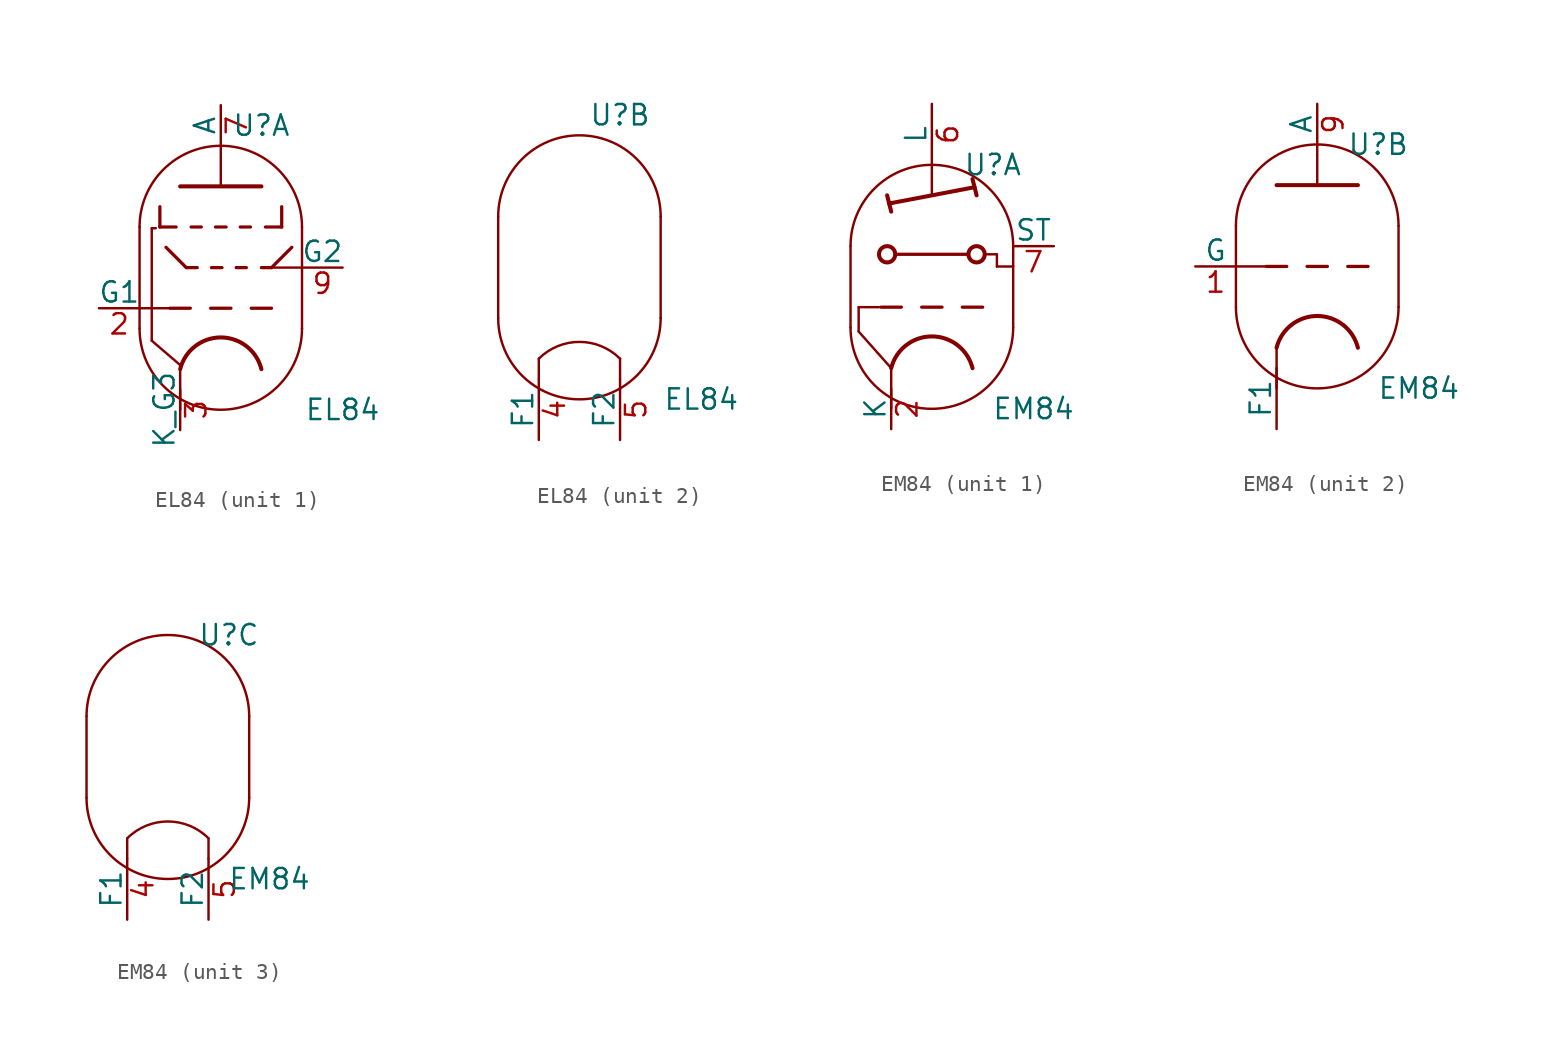
<source format=kicad_sym>
(kicad_symbol_lib
  (version 20220914)
  (generator kicad_symbol_editor)
  (symbol "EL84"
    (pin_names
      (offset 0))
    (property "Reference" "U"
      (at 2.54 10.16 0)
      (effects (font (size 1.27 1.27))))
    (property "Value" "EL84"
      (at 7.62 -7.62 0)
      (effects (font (size 1.27 1.27))))
    (property "ki_locked" ""
      (at 0 0 0)
      (effects (font (size 1.27 1.27))))
    (symbol "EL84_0_1"
      (arc (start -5.08 -2.54) (mid 0 -7.5979) (end 5.08 -2.54) (stroke (width 0) (type default)) (fill (type none)))
      (polyline (pts (xy -5.08 3.81) (xy -5.08 -2.54) (xy -5.08 -2.54)) (stroke (width 0) (type default)) (fill (type none)))
      (polyline (pts (xy 5.08 -2.54) (xy 5.08 3.81) (xy 5.08 3.81)) (stroke (width 0) (type default)) (fill (type none)))
      (arc (start 5.08 3.81) (mid 0 8.8679) (end -5.08 3.81) (stroke (width 0) (type default)) (fill (type none))))
    (symbol "EL84_1_0"
      (polyline (pts (xy -2.54 -5.08) (xy -2.54 -7.62)) (stroke (width 0) (type default)) (fill (type none))))
    (symbol "EL84_1_1"
      (polyline (pts (xy -5.08 -1.27) (xy -3.175 -1.27)) (stroke (width 0) (type default)) (fill (type none)))
      (polyline (pts (xy -4.318 -3.302) (xy -4.318 3.734)) (stroke (width 0) (type default)) (fill (type none)))
      (polyline (pts (xy -4.318 -3.302) (xy -2.54 -4.826)) (stroke (width 0) (type default)) (fill (type none)))
      (polyline (pts (xy -4.064 3.734) (xy -4.318 3.734)) (stroke (width 0) (type default)) (fill (type none)))
      (polyline (pts (xy -3.81 3.81) (xy -2.794 3.81)) (stroke (width 0.203) (type default)) (fill (type none)))
      (polyline (pts (xy -3.81 5.08) (xy -3.81 3.81)) (stroke (width 0.203) (type default)) (fill (type none)))
      (polyline (pts (xy -3.429 2.54) (xy -2.159 1.27)) (stroke (width 0.203) (type default)) (fill (type none)))
      (polyline (pts (xy -2.159 1.27) (xy -1.473 1.27)) (stroke (width 0.203) (type default)) (fill (type none)))
      (polyline (pts (xy -1.905 -1.27) (xy -3.175 -1.27)) (stroke (width 0.203) (type default)) (fill (type none)))
      (polyline (pts (xy -1.854 3.81) (xy -1.219 3.81)) (stroke (width 0.203) (type default)) (fill (type none)))
      (polyline (pts (xy -0.635 -1.27) (xy 0.635 -1.27)) (stroke (width 0.203) (type default)) (fill (type none)))
      (polyline (pts (xy -0.584 1.27) (xy 0.076 1.27)) (stroke (width 0.203) (type default)) (fill (type none)))
      (polyline (pts (xy -0.33 3.81) (xy 0.33 3.81)) (stroke (width 0.203) (type default)) (fill (type none)))
      (polyline (pts (xy 0 6.35) (xy 0 8.89)) (stroke (width 0) (type default)) (fill (type none)))
      (polyline (pts (xy 0.965 1.27) (xy 1.6 1.27)) (stroke (width 0.203) (type default)) (fill (type none)))
      (polyline (pts (xy 1.219 3.81) (xy 1.854 3.81)) (stroke (width 0.203) (type default)) (fill (type none)))
      (polyline (pts (xy 1.905 -1.27) (xy 3.175 -1.27)) (stroke (width 0.203) (type default)) (fill (type none)))
      (polyline (pts (xy 2.54 1.27) (xy 3.175 1.27)) (stroke (width 0.203) (type default)) (fill (type none)))
      (polyline (pts (xy 3.175 1.27) (xy 5.08 1.27)) (stroke (width 0) (type default)) (fill (type none)))
      (polyline (pts (xy 3.81 3.81) (xy 2.794 3.81)) (stroke (width 0.203) (type default)) (fill (type none)))
      (polyline (pts (xy 3.81 5.08) (xy 3.81 3.81)) (stroke (width 0.203) (type default)) (fill (type none)))
      (polyline (pts (xy 4.445 2.54) (xy 3.175 1.27)) (stroke (width 0.203) (type default)) (fill (type none)))
      (polyline (pts (xy -2.54 6.35) (xy 2.54 6.35) (xy 2.54 6.35)) (stroke (width 0.254) (type default)) (fill (type none)))
      (arc (start 2.54 -5.08) (mid 0 -3.0968) (end -2.54 -5.08) (stroke (width 0.254) (type default)) (fill (type none)))
      (pin input line (at -7.62 -1.27 0) (length 2.54) (name "G1" (effects (font (size 1.27 1.27)))) (number "2" (effects (font (size 1.27 1.27)))))
      (pin bidirectional line (at -2.54 -8.89 90) (length 2.54) (name "K_G3" (effects (font (size 1.27 1.27)))) (number "3" (effects (font (size 1.27 1.27)))))
      (pin output line (at 0 11.43 270) (length 2.54) (name "A" (effects (font (size 1.27 1.27)))) (number "7" (effects (font (size 1.27 1.27)))))
      (pin input line (at 7.62 1.27 180) (length 2.54) (name "G2" (effects (font (size 1.27 1.27)))) (number "9" (effects (font (size 1.27 1.27))))))
    (symbol "EL84_2_1"
      (polyline (pts (xy -2.54 -5.08) (xy -2.54 -6.35) (xy -2.54 -6.35)) (stroke (width 0) (type default)) (fill (type none)))
      (polyline (pts (xy 2.54 -6.35) (xy 2.54 -5.08) (xy 2.54 -5.08)) (stroke (width 0) (type default)) (fill (type none)))
      (arc (start 2.54 -5.08) (mid 0 -4.0279) (end -2.54 -5.08) (stroke (width 0) (type default)) (fill (type none)))
      (pin power_in line (at -2.54 -10.16 90) (length 3.81) (name "F1" (effects (font (size 1.27 1.27)))) (number "4" (effects (font (size 1.27 1.27)))))
      (pin power_in line (at 2.54 -10.16 90) (length 3.81) (name "F2" (effects (font (size 1.27 1.27)))) (number "5" (effects (font (size 1.27 1.27)))))))
  (symbol "EM84"
    (pin_names
      (offset 0))
    (property "Reference" "U"
      (at 3.81 7.62 0)
      (effects (font (size 1.27 1.27))))
    (property "Value" "EM84"
      (at 6.35 -7.62 0)
      (effects (font (size 1.27 1.27))))
    (property "ki_locked" ""
      (at 0 0 0)
      (effects (font (size 1.27 1.27))))
    (symbol "EM84_0_1"
      (arc (start -5.08 -2.54) (mid 0 -7.5979) (end 5.08 -2.54) (stroke (width 0) (type default)) (fill (type none)))
      (polyline (pts (xy 5.08 2.54) (xy 5.08 -2.54)) (stroke (width 0) (type default)) (fill (type none)))
      (polyline (pts (xy -5.08 2.54) (xy -5.08 -2.54) (xy -5.08 -2.54)) (stroke (width 0) (type default)) (fill (type none)))
      (arc (start 5.08 2.54) (mid 0 7.5979) (end -5.08 2.54) (stroke (width 0) (type default)) (fill (type none))))
    (symbol "EM84_1_0"
      (polyline (pts (xy -2.54 -5.08) (xy -2.54 -7.62)) (stroke (width 0) (type default)) (fill (type none))))
    (symbol "EM84_1_1"
      (circle (center -2.794 2.032) (radius 0.508) (stroke (width 0.254) (type default)) (fill (type none)))
      (polyline (pts (xy -4.572 -2.794) (xy -2.54 -5.08)) (stroke (width 0) (type default)) (fill (type none)))
      (polyline (pts (xy -4.572 -1.27) (xy -4.572 -2.794)) (stroke (width 0) (type default)) (fill (type none)))
      (polyline (pts (xy -3.302 -1.27) (xy -4.572 -1.27)) (stroke (width 0) (type default)) (fill (type none)))
      (polyline (pts (xy -2.794 5.715) (xy -2.54 4.699)) (stroke (width 0.254) (type default)) (fill (type none)))
      (polyline (pts (xy -2.286 2.032) (xy 2.286 2.032)) (stroke (width 0.203) (type default)) (fill (type none)))
      (polyline (pts (xy -1.905 -1.27) (xy -3.175 -1.27)) (stroke (width 0.203) (type default)) (fill (type none)))
      (polyline (pts (xy -0.635 -1.27) (xy 0.635 -1.27)) (stroke (width 0.203) (type default)) (fill (type none)))
      (polyline (pts (xy 1.905 -1.27) (xy 3.175 -1.27)) (stroke (width 0.203) (type default)) (fill (type none)))
      (polyline (pts (xy 2.54 6.731) (xy 2.794 5.715)) (stroke (width 0.254) (type default)) (fill (type none)))
      (polyline (pts (xy 3.302 2.032) (xy 4.064 2.032)) (stroke (width 0) (type default)) (fill (type none)))
      (polyline (pts (xy 4.064 1.27) (xy 5.08 1.27)) (stroke (width 0) (type default)) (fill (type none)))
      (polyline (pts (xy 4.064 2.032) (xy 4.064 1.27)) (stroke (width 0) (type default)) (fill (type none)))
      (polyline (pts (xy -2.667 5.207) (xy 2.667 6.223) (xy 2.667 6.223)) (stroke (width 0.254) (type default)) (fill (type none)))
      (polyline (pts (xy 0 7.62) (xy 0 5.715) (xy 0 5.715)) (stroke (width 0) (type default)) (fill (type none)))
      (arc (start 2.54 -5.08) (mid 0 -3.0968) (end -2.54 -5.08) (stroke (width 0.254) (type default)) (fill (type none)))
      (circle (center 2.794 2.032) (radius 0.508) (stroke (width 0.254) (type default)) (fill (type none)))
      (pin bidirectional line (at -2.54 -8.89 90) (length 2.54) (name "K" (effects (font (size 1.27 1.27)))) (number "2" (effects (font (size 1.27 1.27)))))
      (pin output line (at 0 11.43 270) (length 3.81) (name "L" (effects (font (size 1.27 1.27)))) (number "6" (effects (font (size 1.27 1.27)))))
      (pin input line (at 7.62 2.54 180) (length 2.54) (name "ST" (effects (font (size 1.27 1.27)))) (number "7" (effects (font (size 1.27 1.27))))))
    (symbol "EM84_2_0"
      (polyline (pts (xy -2.54 -5.08) (xy -2.54 -7.62)) (stroke (width 0) (type default)) (fill (type none)))
      (polyline (pts (xy -0.635 0) (xy 0.635 0)) (stroke (width 0.203) (type default)) (fill (type none)))
      (polyline (pts (xy 1.905 0) (xy 3.175 0)) (stroke (width 0.203) (type default)) (fill (type none))))
    (symbol "EM84_2_1"
      (polyline (pts (xy -5.08 0) (xy -3.175 0)) (stroke (width 0) (type default)) (fill (type none)))
      (polyline (pts (xy -1.905 0) (xy -3.175 0)) (stroke (width 0.203) (type default)) (fill (type none)))
      (polyline (pts (xy 0 5.08) (xy 0 7.62)) (stroke (width 0) (type default)) (fill (type none)))
      (polyline (pts (xy 1.778 5.08) (xy 1.778 5.08)) (stroke (width 0) (type default)) (fill (type none)))
      (polyline (pts (xy -2.54 5.08) (xy 2.54 5.08) (xy 2.54 5.08)) (stroke (width 0.254) (type default)) (fill (type none)))
      (arc (start 2.54 -5.08) (mid 0 -3.0968) (end -2.54 -5.08) (stroke (width 0.254) (type default)) (fill (type none)))
      (pin input line (at -7.62 0 0) (length 2.54) (name "G" (effects (font (size 1.27 1.27)))) (number "1" (effects (font (size 1.27 1.27)))))
      (pin output line (at 0 10.16 270) (length 2.54) (name "A" (effects (font (size 1.27 1.27)))) (number "9" (effects (font (size 1.27 1.27)))))
      (pin power_in line (at -2.54 -10.16 90) (length 3.81) (name "F1" (effects (font (size 1.27 1.27)))) (number "~" (effects (font (size 1.27 1.27))))))
    (symbol "EM84_3_1"
      (polyline (pts (xy -2.54 -5.08) (xy -2.54 -6.35) (xy -2.54 -6.35)) (stroke (width 0) (type default)) (fill (type none)))
      (polyline (pts (xy 2.54 -5.08) (xy 2.54 -6.35) (xy 2.54 -6.35)) (stroke (width 0) (type default)) (fill (type none)))
      (arc (start 2.54 -5.08) (mid 0 -4.0279) (end -2.54 -5.08) (stroke (width 0) (type default)) (fill (type none)))
      (pin power_in line (at -2.54 -10.16 90) (length 3.81) (name "F1" (effects (font (size 1.27 1.27)))) (number "4" (effects (font (size 1.27 1.27)))))
      (pin power_in line (at 2.54 -10.16 90) (length 3.81) (name "F2" (effects (font (size 1.27 1.27)))) (number "5" (effects (font (size 1.27 1.27))))))))
</source>
